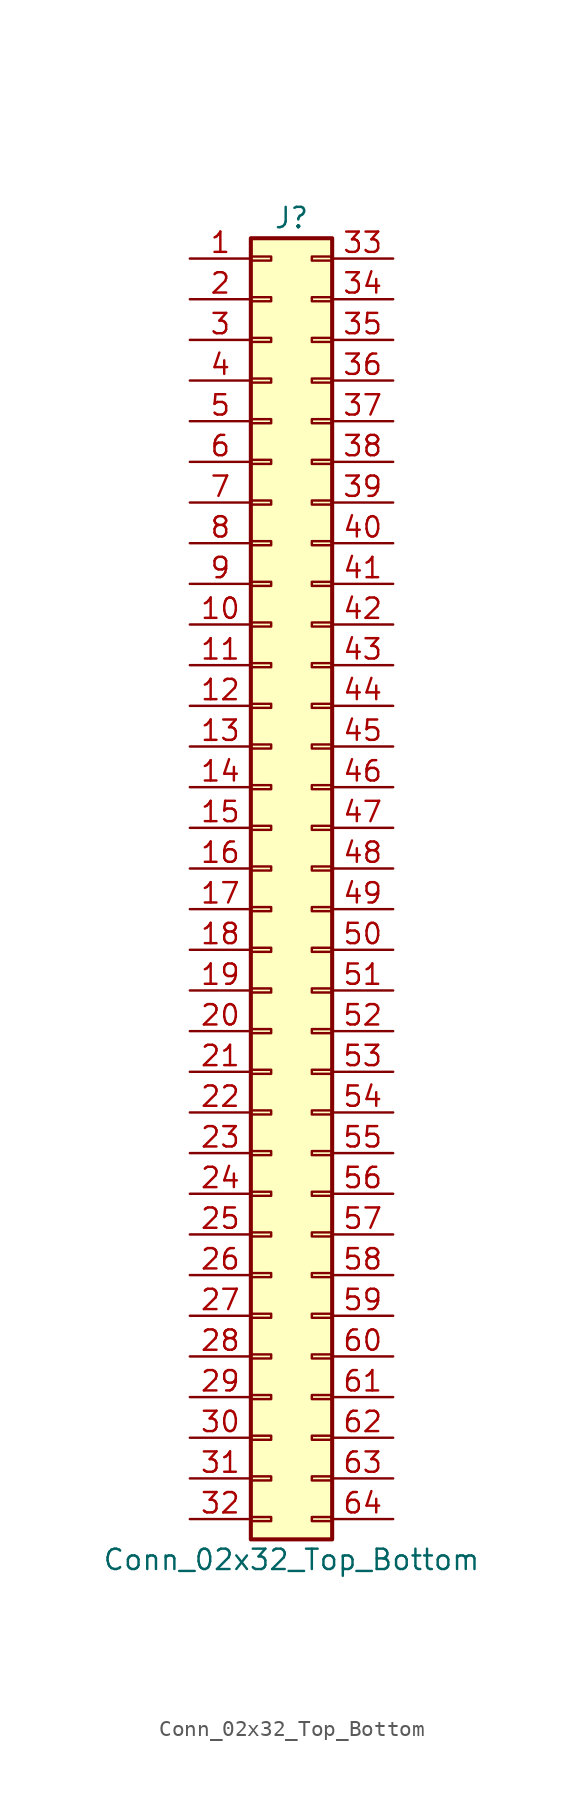
<source format=kicad_sym>
(kicad_symbol_lib
  (version 20201005)
  (generator kicad_symbol_editor)
  (symbol "Conn_02x32_Top_Bottom"
    (pin_names
      (offset 1.016) hide)
    (property "Reference" "J"
      (at 1.27 40.64 0)
      (effects (font (size 1.27 1.27))))
    (property "Value" "Conn_02x32_Top_Bottom"
      (at 1.27 -43.18 0)
      (effects (font (size 1.27 1.27))))
    (symbol "Conn_02x32_Top_Bottom_1_1"
      (rectangle (start -1.27 -40.513) (end 0 -40.767) (stroke (width 0.152)) (fill (type none)))
      (rectangle (start -1.27 -37.973) (end 0 -38.227) (stroke (width 0.152)) (fill (type none)))
      (rectangle (start -1.27 -35.433) (end 0 -35.687) (stroke (width 0.152)) (fill (type none)))
      (rectangle (start -1.27 -32.893) (end 0 -33.147) (stroke (width 0.152)) (fill (type none)))
      (rectangle (start -1.27 -30.353) (end 0 -30.607) (stroke (width 0.152)) (fill (type none)))
      (rectangle (start -1.27 -27.813) (end 0 -28.067) (stroke (width 0.152)) (fill (type none)))
      (rectangle (start -1.27 -25.273) (end 0 -25.527) (stroke (width 0.152)) (fill (type none)))
      (rectangle (start -1.27 -22.733) (end 0 -22.987) (stroke (width 0.152)) (fill (type none)))
      (rectangle (start -1.27 -20.193) (end 0 -20.447) (stroke (width 0.152)) (fill (type none)))
      (rectangle (start -1.27 -17.653) (end 0 -17.907) (stroke (width 0.152)) (fill (type none)))
      (rectangle (start -1.27 -15.113) (end 0 -15.367) (stroke (width 0.152)) (fill (type none)))
      (rectangle (start -1.27 -12.573) (end 0 -12.827) (stroke (width 0.152)) (fill (type none)))
      (rectangle (start -1.27 -10.033) (end 0 -10.287) (stroke (width 0.152)) (fill (type none)))
      (rectangle (start -1.27 -7.493) (end 0 -7.747) (stroke (width 0.152)) (fill (type none)))
      (rectangle (start -1.27 -4.953) (end 0 -5.207) (stroke (width 0.152)) (fill (type none)))
      (rectangle (start -1.27 -2.413) (end 0 -2.667) (stroke (width 0.152)) (fill (type none)))
      (rectangle (start -1.27 0.127) (end 0 -0.127) (stroke (width 0.152)) (fill (type none)))
      (rectangle (start -1.27 2.667) (end 0 2.413) (stroke (width 0.152)) (fill (type none)))
      (rectangle (start -1.27 5.207) (end 0 4.953) (stroke (width 0.152)) (fill (type none)))
      (rectangle (start -1.27 7.747) (end 0 7.493) (stroke (width 0.152)) (fill (type none)))
      (rectangle (start -1.27 10.287) (end 0 10.033) (stroke (width 0.152)) (fill (type none)))
      (rectangle (start -1.27 12.827) (end 0 12.573) (stroke (width 0.152)) (fill (type none)))
      (rectangle (start -1.27 15.367) (end 0 15.113) (stroke (width 0.152)) (fill (type none)))
      (rectangle (start -1.27 17.907) (end 0 17.653) (stroke (width 0.152)) (fill (type none)))
      (rectangle (start -1.27 20.447) (end 0 20.193) (stroke (width 0.152)) (fill (type none)))
      (rectangle (start -1.27 22.987) (end 0 22.733) (stroke (width 0.152)) (fill (type none)))
      (rectangle (start -1.27 25.527) (end 0 25.273) (stroke (width 0.152)) (fill (type none)))
      (rectangle (start -1.27 28.067) (end 0 27.813) (stroke (width 0.152)) (fill (type none)))
      (rectangle (start -1.27 30.607) (end 0 30.353) (stroke (width 0.152)) (fill (type none)))
      (rectangle (start -1.27 33.147) (end 0 32.893) (stroke (width 0.152)) (fill (type none)))
      (rectangle (start -1.27 35.687) (end 0 35.433) (stroke (width 0.152)) (fill (type none)))
      (rectangle (start -1.27 38.227) (end 0 37.973) (stroke (width 0.152)) (fill (type none)))
      (rectangle (start 3.81 -40.513) (end 2.54 -40.767) (stroke (width 0.152)) (fill (type none)))
      (rectangle (start 3.81 -37.973) (end 2.54 -38.227) (stroke (width 0.152)) (fill (type none)))
      (rectangle (start 3.81 -35.433) (end 2.54 -35.687) (stroke (width 0.152)) (fill (type none)))
      (rectangle (start 3.81 -32.893) (end 2.54 -33.147) (stroke (width 0.152)) (fill (type none)))
      (rectangle (start 3.81 -30.353) (end 2.54 -30.607) (stroke (width 0.152)) (fill (type none)))
      (rectangle (start 3.81 -27.813) (end 2.54 -28.067) (stroke (width 0.152)) (fill (type none)))
      (rectangle (start 3.81 -25.273) (end 2.54 -25.527) (stroke (width 0.152)) (fill (type none)))
      (rectangle (start 3.81 -22.733) (end 2.54 -22.987) (stroke (width 0.152)) (fill (type none)))
      (rectangle (start 3.81 -20.193) (end 2.54 -20.447) (stroke (width 0.152)) (fill (type none)))
      (rectangle (start 3.81 -17.653) (end 2.54 -17.907) (stroke (width 0.152)) (fill (type none)))
      (rectangle (start 3.81 -15.113) (end 2.54 -15.367) (stroke (width 0.152)) (fill (type none)))
      (rectangle (start 3.81 -12.573) (end 2.54 -12.827) (stroke (width 0.152)) (fill (type none)))
      (rectangle (start 3.81 -10.033) (end 2.54 -10.287) (stroke (width 0.152)) (fill (type none)))
      (rectangle (start 3.81 -7.493) (end 2.54 -7.747) (stroke (width 0.152)) (fill (type none)))
      (rectangle (start 3.81 -4.953) (end 2.54 -5.207) (stroke (width 0.152)) (fill (type none)))
      (rectangle (start 3.81 -2.413) (end 2.54 -2.667) (stroke (width 0.152)) (fill (type none)))
      (rectangle (start 3.81 0.127) (end 2.54 -0.127) (stroke (width 0.152)) (fill (type none)))
      (rectangle (start 3.81 2.667) (end 2.54 2.413) (stroke (width 0.152)) (fill (type none)))
      (rectangle (start 3.81 5.207) (end 2.54 4.953) (stroke (width 0.152)) (fill (type none)))
      (rectangle (start 3.81 7.747) (end 2.54 7.493) (stroke (width 0.152)) (fill (type none)))
      (rectangle (start 3.81 10.287) (end 2.54 10.033) (stroke (width 0.152)) (fill (type none)))
      (rectangle (start 3.81 12.827) (end 2.54 12.573) (stroke (width 0.152)) (fill (type none)))
      (rectangle (start 3.81 15.367) (end 2.54 15.113) (stroke (width 0.152)) (fill (type none)))
      (rectangle (start 3.81 17.907) (end 2.54 17.653) (stroke (width 0.152)) (fill (type none)))
      (rectangle (start 3.81 20.447) (end 2.54 20.193) (stroke (width 0.152)) (fill (type none)))
      (rectangle (start 3.81 22.987) (end 2.54 22.733) (stroke (width 0.152)) (fill (type none)))
      (rectangle (start 3.81 25.527) (end 2.54 25.273) (stroke (width 0.152)) (fill (type none)))
      (rectangle (start 3.81 28.067) (end 2.54 27.813) (stroke (width 0.152)) (fill (type none)))
      (rectangle (start 3.81 30.607) (end 2.54 30.353) (stroke (width 0.152)) (fill (type none)))
      (rectangle (start 3.81 33.147) (end 2.54 32.893) (stroke (width 0.152)) (fill (type none)))
      (rectangle (start 3.81 35.687) (end 2.54 35.433) (stroke (width 0.152)) (fill (type none)))
      (rectangle (start 3.81 38.227) (end 2.54 37.973) (stroke (width 0.152)) (fill (type none)))
      (rectangle (start -1.27 39.37) (end 3.81 -41.91) (stroke (width 0.254)) (fill (type background)))
      (pin passive line (at -5.08 38.1 0) (length 3.81) (name "Pin_1" (effects (font (size 1.27 1.27)))) (number "1" (effects (font (size 1.27 1.27)))))
      (pin passive line (at -5.08 15.24 0) (length 3.81) (name "Pin_10" (effects (font (size 1.27 1.27)))) (number "10" (effects (font (size 1.27 1.27)))))
      (pin passive line (at -5.08 12.7 0) (length 3.81) (name "Pin_11" (effects (font (size 1.27 1.27)))) (number "11" (effects (font (size 1.27 1.27)))))
      (pin passive line (at -5.08 10.16 0) (length 3.81) (name "Pin_12" (effects (font (size 1.27 1.27)))) (number "12" (effects (font (size 1.27 1.27)))))
      (pin passive line (at -5.08 7.62 0) (length 3.81) (name "Pin_13" (effects (font (size 1.27 1.27)))) (number "13" (effects (font (size 1.27 1.27)))))
      (pin passive line (at -5.08 5.08 0) (length 3.81) (name "Pin_14" (effects (font (size 1.27 1.27)))) (number "14" (effects (font (size 1.27 1.27)))))
      (pin passive line (at -5.08 2.54 0) (length 3.81) (name "Pin_15" (effects (font (size 1.27 1.27)))) (number "15" (effects (font (size 1.27 1.27)))))
      (pin passive line (at -5.08 0 0) (length 3.81) (name "Pin_16" (effects (font (size 1.27 1.27)))) (number "16" (effects (font (size 1.27 1.27)))))
      (pin passive line (at -5.08 -2.54 0) (length 3.81) (name "Pin_17" (effects (font (size 1.27 1.27)))) (number "17" (effects (font (size 1.27 1.27)))))
      (pin passive line (at -5.08 -5.08 0) (length 3.81) (name "Pin_18" (effects (font (size 1.27 1.27)))) (number "18" (effects (font (size 1.27 1.27)))))
      (pin passive line (at -5.08 -7.62 0) (length 3.81) (name "Pin_19" (effects (font (size 1.27 1.27)))) (number "19" (effects (font (size 1.27 1.27)))))
      (pin passive line (at -5.08 35.56 0) (length 3.81) (name "Pin_2" (effects (font (size 1.27 1.27)))) (number "2" (effects (font (size 1.27 1.27)))))
      (pin passive line (at -5.08 -10.16 0) (length 3.81) (name "Pin_20" (effects (font (size 1.27 1.27)))) (number "20" (effects (font (size 1.27 1.27)))))
      (pin passive line (at -5.08 -12.7 0) (length 3.81) (name "Pin_21" (effects (font (size 1.27 1.27)))) (number "21" (effects (font (size 1.27 1.27)))))
      (pin passive line (at -5.08 -15.24 0) (length 3.81) (name "Pin_22" (effects (font (size 1.27 1.27)))) (number "22" (effects (font (size 1.27 1.27)))))
      (pin passive line (at -5.08 -17.78 0) (length 3.81) (name "Pin_23" (effects (font (size 1.27 1.27)))) (number "23" (effects (font (size 1.27 1.27)))))
      (pin passive line (at -5.08 -20.32 0) (length 3.81) (name "Pin_24" (effects (font (size 1.27 1.27)))) (number "24" (effects (font (size 1.27 1.27)))))
      (pin passive line (at -5.08 -22.86 0) (length 3.81) (name "Pin_25" (effects (font (size 1.27 1.27)))) (number "25" (effects (font (size 1.27 1.27)))))
      (pin passive line (at -5.08 -25.4 0) (length 3.81) (name "Pin_26" (effects (font (size 1.27 1.27)))) (number "26" (effects (font (size 1.27 1.27)))))
      (pin passive line (at -5.08 -27.94 0) (length 3.81) (name "Pin_27" (effects (font (size 1.27 1.27)))) (number "27" (effects (font (size 1.27 1.27)))))
      (pin passive line (at -5.08 -30.48 0) (length 3.81) (name "Pin_28" (effects (font (size 1.27 1.27)))) (number "28" (effects (font (size 1.27 1.27)))))
      (pin passive line (at -5.08 -33.02 0) (length 3.81) (name "Pin_29" (effects (font (size 1.27 1.27)))) (number "29" (effects (font (size 1.27 1.27)))))
      (pin passive line (at -5.08 33.02 0) (length 3.81) (name "Pin_3" (effects (font (size 1.27 1.27)))) (number "3" (effects (font (size 1.27 1.27)))))
      (pin passive line (at -5.08 -35.56 0) (length 3.81) (name "Pin_30" (effects (font (size 1.27 1.27)))) (number "30" (effects (font (size 1.27 1.27)))))
      (pin passive line (at -5.08 -38.1 0) (length 3.81) (name "Pin_31" (effects (font (size 1.27 1.27)))) (number "31" (effects (font (size 1.27 1.27)))))
      (pin passive line (at -5.08 -40.64 0) (length 3.81) (name "Pin_32" (effects (font (size 1.27 1.27)))) (number "32" (effects (font (size 1.27 1.27)))))
      (pin passive line (at 7.62 38.1 180) (length 3.81) (name "Pin_33" (effects (font (size 1.27 1.27)))) (number "33" (effects (font (size 1.27 1.27)))))
      (pin passive line (at 7.62 35.56 180) (length 3.81) (name "Pin_34" (effects (font (size 1.27 1.27)))) (number "34" (effects (font (size 1.27 1.27)))))
      (pin passive line (at 7.62 33.02 180) (length 3.81) (name "Pin_35" (effects (font (size 1.27 1.27)))) (number "35" (effects (font (size 1.27 1.27)))))
      (pin passive line (at 7.62 30.48 180) (length 3.81) (name "Pin_36" (effects (font (size 1.27 1.27)))) (number "36" (effects (font (size 1.27 1.27)))))
      (pin passive line (at 7.62 27.94 180) (length 3.81) (name "Pin_37" (effects (font (size 1.27 1.27)))) (number "37" (effects (font (size 1.27 1.27)))))
      (pin passive line (at 7.62 25.4 180) (length 3.81) (name "Pin_38" (effects (font (size 1.27 1.27)))) (number "38" (effects (font (size 1.27 1.27)))))
      (pin passive line (at 7.62 22.86 180) (length 3.81) (name "Pin_39" (effects (font (size 1.27 1.27)))) (number "39" (effects (font (size 1.27 1.27)))))
      (pin passive line (at -5.08 30.48 0) (length 3.81) (name "Pin_4" (effects (font (size 1.27 1.27)))) (number "4" (effects (font (size 1.27 1.27)))))
      (pin passive line (at 7.62 20.32 180) (length 3.81) (name "Pin_40" (effects (font (size 1.27 1.27)))) (number "40" (effects (font (size 1.27 1.27)))))
      (pin passive line (at 7.62 17.78 180) (length 3.81) (name "Pin_41" (effects (font (size 1.27 1.27)))) (number "41" (effects (font (size 1.27 1.27)))))
      (pin passive line (at 7.62 15.24 180) (length 3.81) (name "Pin_42" (effects (font (size 1.27 1.27)))) (number "42" (effects (font (size 1.27 1.27)))))
      (pin passive line (at 7.62 12.7 180) (length 3.81) (name "Pin_43" (effects (font (size 1.27 1.27)))) (number "43" (effects (font (size 1.27 1.27)))))
      (pin passive line (at 7.62 10.16 180) (length 3.81) (name "Pin_44" (effects (font (size 1.27 1.27)))) (number "44" (effects (font (size 1.27 1.27)))))
      (pin passive line (at 7.62 7.62 180) (length 3.81) (name "Pin_45" (effects (font (size 1.27 1.27)))) (number "45" (effects (font (size 1.27 1.27)))))
      (pin passive line (at 7.62 5.08 180) (length 3.81) (name "Pin_46" (effects (font (size 1.27 1.27)))) (number "46" (effects (font (size 1.27 1.27)))))
      (pin passive line (at 7.62 2.54 180) (length 3.81) (name "Pin_47" (effects (font (size 1.27 1.27)))) (number "47" (effects (font (size 1.27 1.27)))))
      (pin passive line (at 7.62 0 180) (length 3.81) (name "Pin_48" (effects (font (size 1.27 1.27)))) (number "48" (effects (font (size 1.27 1.27)))))
      (pin passive line (at 7.62 -2.54 180) (length 3.81) (name "Pin_49" (effects (font (size 1.27 1.27)))) (number "49" (effects (font (size 1.27 1.27)))))
      (pin passive line (at -5.08 27.94 0) (length 3.81) (name "Pin_5" (effects (font (size 1.27 1.27)))) (number "5" (effects (font (size 1.27 1.27)))))
      (pin passive line (at 7.62 -5.08 180) (length 3.81) (name "Pin_50" (effects (font (size 1.27 1.27)))) (number "50" (effects (font (size 1.27 1.27)))))
      (pin passive line (at 7.62 -7.62 180) (length 3.81) (name "Pin_51" (effects (font (size 1.27 1.27)))) (number "51" (effects (font (size 1.27 1.27)))))
      (pin passive line (at 7.62 -10.16 180) (length 3.81) (name "Pin_52" (effects (font (size 1.27 1.27)))) (number "52" (effects (font (size 1.27 1.27)))))
      (pin passive line (at 7.62 -12.7 180) (length 3.81) (name "Pin_53" (effects (font (size 1.27 1.27)))) (number "53" (effects (font (size 1.27 1.27)))))
      (pin passive line (at 7.62 -15.24 180) (length 3.81) (name "Pin_54" (effects (font (size 1.27 1.27)))) (number "54" (effects (font (size 1.27 1.27)))))
      (pin passive line (at 7.62 -17.78 180) (length 3.81) (name "Pin_55" (effects (font (size 1.27 1.27)))) (number "55" (effects (font (size 1.27 1.27)))))
      (pin passive line (at 7.62 -20.32 180) (length 3.81) (name "Pin_56" (effects (font (size 1.27 1.27)))) (number "56" (effects (font (size 1.27 1.27)))))
      (pin passive line (at 7.62 -22.86 180) (length 3.81) (name "Pin_57" (effects (font (size 1.27 1.27)))) (number "57" (effects (font (size 1.27 1.27)))))
      (pin passive line (at 7.62 -25.4 180) (length 3.81) (name "Pin_58" (effects (font (size 1.27 1.27)))) (number "58" (effects (font (size 1.27 1.27)))))
      (pin passive line (at 7.62 -27.94 180) (length 3.81) (name "Pin_59" (effects (font (size 1.27 1.27)))) (number "59" (effects (font (size 1.27 1.27)))))
      (pin passive line (at -5.08 25.4 0) (length 3.81) (name "Pin_6" (effects (font (size 1.27 1.27)))) (number "6" (effects (font (size 1.27 1.27)))))
      (pin passive line (at 7.62 -30.48 180) (length 3.81) (name "Pin_60" (effects (font (size 1.27 1.27)))) (number "60" (effects (font (size 1.27 1.27)))))
      (pin passive line (at 7.62 -33.02 180) (length 3.81) (name "Pin_61" (effects (font (size 1.27 1.27)))) (number "61" (effects (font (size 1.27 1.27)))))
      (pin passive line (at 7.62 -35.56 180) (length 3.81) (name "Pin_62" (effects (font (size 1.27 1.27)))) (number "62" (effects (font (size 1.27 1.27)))))
      (pin passive line (at 7.62 -38.1 180) (length 3.81) (name "Pin_63" (effects (font (size 1.27 1.27)))) (number "63" (effects (font (size 1.27 1.27)))))
      (pin passive line (at 7.62 -40.64 180) (length 3.81) (name "Pin_64" (effects (font (size 1.27 1.27)))) (number "64" (effects (font (size 1.27 1.27)))))
      (pin passive line (at -5.08 22.86 0) (length 3.81) (name "Pin_7" (effects (font (size 1.27 1.27)))) (number "7" (effects (font (size 1.27 1.27)))))
      (pin passive line (at -5.08 20.32 0) (length 3.81) (name "Pin_8" (effects (font (size 1.27 1.27)))) (number "8" (effects (font (size 1.27 1.27)))))
      (pin passive line (at -5.08 17.78 0) (length 3.81) (name "Pin_9" (effects (font (size 1.27 1.27)))) (number "9" (effects (font (size 1.27 1.27))))))))
</source>
